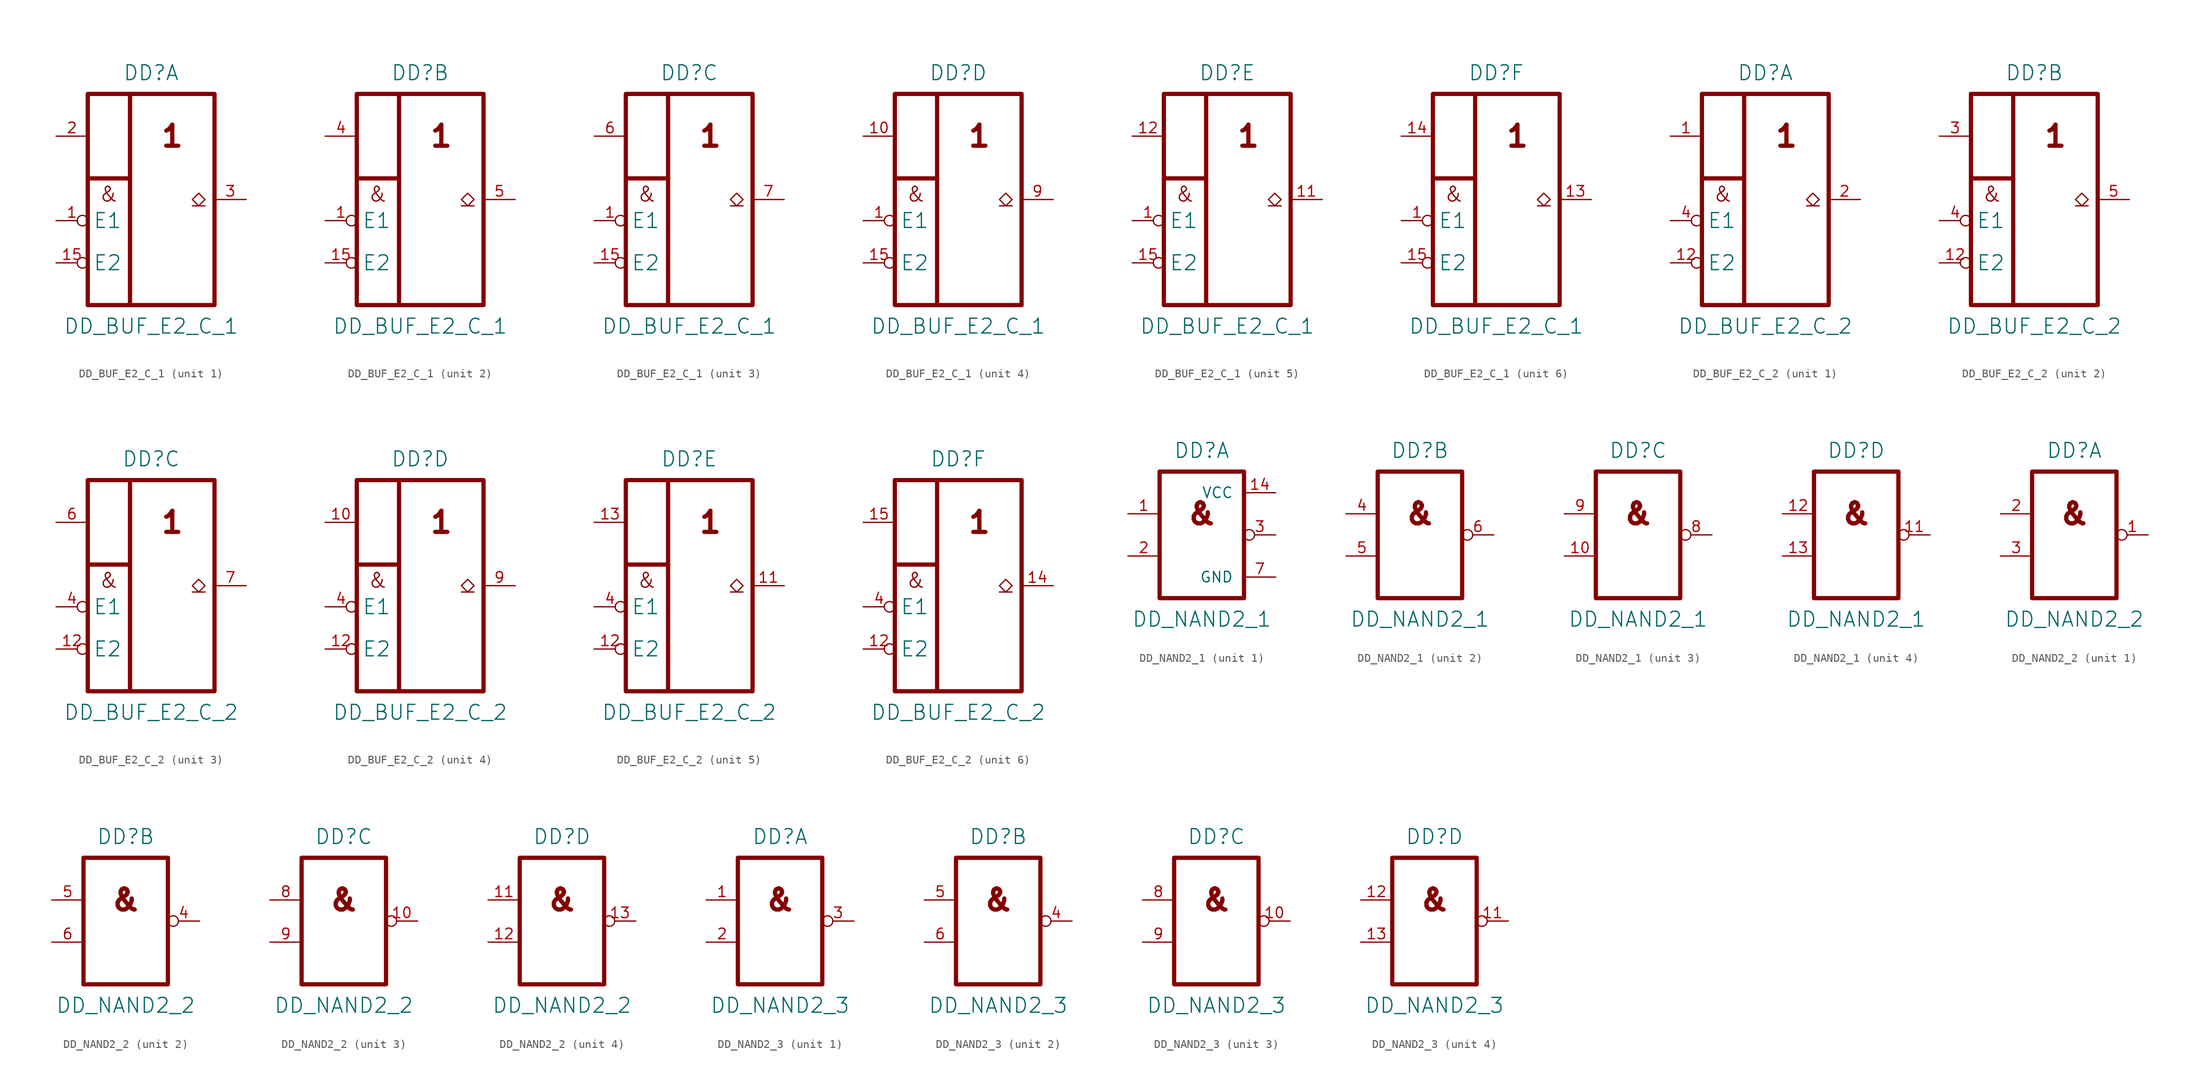
<source format=kicad_sym>
(kicad_symbol_lib
  (version 20211014)
  (generator kicad_symbol_editor)
  (symbol "DD_BUF_E2_C_1"
    (pin_names
      (offset 0.635))
    (property "Reference" "DD"
      (at 0 15.24 0)
      (effects (font (size 1.778 1.778))))
    (property "Value" "DD_BUF_E2_C_1"
      (at 0 -15.24 0)
      (effects (font (size 1.778 1.778))))
    (symbol "DD_BUF_E2_C_1_0_0"
      (text "&" (at -5.08 0.635 0) (effects (font (size 1.778 1.778))))
      (text "1" (at 2.54 7.62 0) (effects (font (size 2.54 2.54) bold))))
    (symbol "DD_BUF_E2_C_1_0_1"
      (rectangle (start -7.62 12.7) (end 7.62 -12.7) (stroke (width 0.508) (type default) (color 0 0 0 0)) (fill (type none)))
      (polyline (pts (xy -7.62 2.54) (xy -2.54 2.54)) (stroke (width 0.508) (type default) (color 0 0 0 0)) (fill (type none)))
      (polyline (pts (xy -2.54 12.7) (xy -2.54 -12.7)) (stroke (width 0.508) (type default) (color 0 0 0 0)) (fill (type none)))
      (polyline (pts (xy 4.953 -0.762) (xy 5.715 -0.762) (xy 4.953 0) (xy 5.715 0.762) (xy 6.477 0) (xy 5.715 -0.762) (xy 6.477 -0.762)) (stroke (width 0) (type default) (color 0 0 0 0)) (fill (type none)))
      (pin input inverted (at -11.43 -2.54 0) (length 3.81) (name "E1" (effects (font (size 1.778 1.778)))) (number "1" (effects (font (size 1.27 1.27)))))
      (pin input inverted (at -11.43 -7.62 0) (length 3.81) (name "E2" (effects (font (size 1.778 1.778)))) (number "15" (effects (font (size 1.27 1.27)))))
      (pin power_in non_logic (at 11.43 10.16 180) (length 3.81) hide (name "VCC" (effects (font (size 1.27 1.27)))) (number "16" (effects (font (size 1.27 1.27)))))
      (pin power_in non_logic (at 11.43 -10.16 180) (length 3.81) hide (name "GND" (effects (font (size 1.27 1.27)))) (number "8" (effects (font (size 1.27 1.27))))))
    (symbol "DD_BUF_E2_C_1_1_1"
      (pin input line (at -11.43 7.62 0) (length 3.81) (name "~" (effects (font (size 1.778 1.778)))) (number "2" (effects (font (size 1.27 1.27)))))
      (pin output line (at 11.43 0 180) (length 3.81) (name "~" (effects (font (size 1.778 1.778)))) (number "3" (effects (font (size 1.27 1.27))))))
    (symbol "DD_BUF_E2_C_1_2_1"
      (pin input line (at -11.43 7.62 0) (length 3.81) (name "~" (effects (font (size 1.778 1.778)))) (number "4" (effects (font (size 1.27 1.27)))))
      (pin output line (at 11.43 0 180) (length 3.81) (name "~" (effects (font (size 1.778 1.778)))) (number "5" (effects (font (size 1.27 1.27))))))
    (symbol "DD_BUF_E2_C_1_3_1"
      (pin input line (at -11.43 7.62 0) (length 3.81) (name "~" (effects (font (size 1.778 1.778)))) (number "6" (effects (font (size 1.27 1.27)))))
      (pin output line (at 11.43 0 180) (length 3.81) (name "~" (effects (font (size 1.778 1.778)))) (number "7" (effects (font (size 1.27 1.27))))))
    (symbol "DD_BUF_E2_C_1_4_1"
      (pin input line (at -11.43 7.62 0) (length 3.81) (name "~" (effects (font (size 1.778 1.778)))) (number "10" (effects (font (size 1.27 1.27)))))
      (pin output line (at 11.43 0 180) (length 3.81) (name "~" (effects (font (size 1.778 1.778)))) (number "9" (effects (font (size 1.27 1.27))))))
    (symbol "DD_BUF_E2_C_1_5_1"
      (pin output line (at 11.43 0 180) (length 3.81) (name "~" (effects (font (size 1.778 1.778)))) (number "11" (effects (font (size 1.27 1.27)))))
      (pin input line (at -11.43 7.62 0) (length 3.81) (name "~" (effects (font (size 1.778 1.778)))) (number "12" (effects (font (size 1.27 1.27))))))
    (symbol "DD_BUF_E2_C_1_6_1"
      (pin output line (at 11.43 0 180) (length 3.81) (name "~" (effects (font (size 1.778 1.778)))) (number "13" (effects (font (size 1.27 1.27)))))
      (pin input line (at -11.43 7.62 0) (length 3.81) (name "~" (effects (font (size 1.778 1.778)))) (number "14" (effects (font (size 1.27 1.27)))))))
  (symbol "DD_BUF_E2_C_2"
    (pin_names
      (offset 0.635))
    (property "Reference" "DD"
      (at 0 15.24 0)
      (effects (font (size 1.778 1.778))))
    (property "Value" "DD_BUF_E2_C_2"
      (at 0 -15.24 0)
      (effects (font (size 1.778 1.778))))
    (symbol "DD_BUF_E2_C_2_0_0"
      (text "&" (at -5.08 0.635 0) (effects (font (size 1.778 1.778))))
      (text "1" (at 2.54 7.62 0) (effects (font (size 2.54 2.54) bold))))
    (symbol "DD_BUF_E2_C_2_0_1"
      (rectangle (start -7.62 12.7) (end 7.62 -12.7) (stroke (width 0.508) (type default) (color 0 0 0 0)) (fill (type none)))
      (polyline (pts (xy -7.62 2.54) (xy -2.54 2.54)) (stroke (width 0.508) (type default) (color 0 0 0 0)) (fill (type none)))
      (polyline (pts (xy -2.54 12.7) (xy -2.54 -12.7)) (stroke (width 0.508) (type default) (color 0 0 0 0)) (fill (type none)))
      (polyline (pts (xy 4.953 -0.762) (xy 5.715 -0.762) (xy 4.953 0) (xy 5.715 0.762) (xy 6.477 0) (xy 5.715 -0.762) (xy 6.477 -0.762)) (stroke (width 0) (type default) (color 0 0 0 0)) (fill (type none)))
      (pin input inverted (at -11.43 -7.62 0) (length 3.81) (name "E2" (effects (font (size 1.778 1.778)))) (number "12" (effects (font (size 1.27 1.27)))))
      (pin power_in non_logic (at 11.43 10.16 180) (length 3.81) hide (name "VCC" (effects (font (size 1.27 1.27)))) (number "16" (effects (font (size 1.27 1.27)))))
      (pin input inverted (at -11.43 -2.54 0) (length 3.81) (name "E1" (effects (font (size 1.778 1.778)))) (number "4" (effects (font (size 1.27 1.27)))))
      (pin power_in non_logic (at 11.43 -10.16 180) (length 3.81) hide (name "GND" (effects (font (size 1.27 1.27)))) (number "8" (effects (font (size 1.27 1.27))))))
    (symbol "DD_BUF_E2_C_2_1_1"
      (pin input line (at -11.43 7.62 0) (length 3.81) (name "~" (effects (font (size 1.778 1.778)))) (number "1" (effects (font (size 1.27 1.27)))))
      (pin output line (at 11.43 0 180) (length 3.81) (name "~" (effects (font (size 1.778 1.778)))) (number "2" (effects (font (size 1.27 1.27))))))
    (symbol "DD_BUF_E2_C_2_2_1"
      (pin input line (at -11.43 7.62 0) (length 3.81) (name "~" (effects (font (size 1.778 1.778)))) (number "3" (effects (font (size 1.27 1.27)))))
      (pin output line (at 11.43 0 180) (length 3.81) (name "~" (effects (font (size 1.778 1.778)))) (number "5" (effects (font (size 1.27 1.27))))))
    (symbol "DD_BUF_E2_C_2_3_1"
      (pin input line (at -11.43 7.62 0) (length 3.81) (name "~" (effects (font (size 1.778 1.778)))) (number "6" (effects (font (size 1.27 1.27)))))
      (pin output line (at 11.43 0 180) (length 3.81) (name "~" (effects (font (size 1.778 1.778)))) (number "7" (effects (font (size 1.27 1.27))))))
    (symbol "DD_BUF_E2_C_2_4_1"
      (pin input line (at -11.43 7.62 0) (length 3.81) (name "~" (effects (font (size 1.778 1.778)))) (number "10" (effects (font (size 1.27 1.27)))))
      (pin output line (at 11.43 0 180) (length 3.81) (name "~" (effects (font (size 1.778 1.778)))) (number "9" (effects (font (size 1.27 1.27))))))
    (symbol "DD_BUF_E2_C_2_5_1"
      (pin output line (at 11.43 0 180) (length 3.81) (name "~" (effects (font (size 1.778 1.778)))) (number "11" (effects (font (size 1.27 1.27)))))
      (pin input line (at -11.43 7.62 0) (length 3.81) (name "~" (effects (font (size 1.778 1.778)))) (number "13" (effects (font (size 1.27 1.27))))))
    (symbol "DD_BUF_E2_C_2_6_1"
      (pin output line (at 11.43 0 180) (length 3.81) (name "~" (effects (font (size 1.778 1.778)))) (number "14" (effects (font (size 1.27 1.27)))))
      (pin input line (at -11.43 7.62 0) (length 3.81) (name "~" (effects (font (size 1.778 1.778)))) (number "15" (effects (font (size 1.27 1.27)))))))
  (symbol "DD_NAND2_1"
    (pin_names
      (offset 1.27))
    (property "Reference" "DD"
      (at 0 10.16 0)
      (effects (font (size 1.778 1.778))))
    (property "Value" "DD_NAND2_1"
      (at 0 -10.16 0)
      (effects (font (size 1.778 1.778))))
    (property "ki_locked" ""
      (at 0 0 0)
      (effects (font (size 1.27 1.27))))
    (symbol "DD_NAND2_1_0_0"
      (text "&" (at 0 2.54 0) (effects (font (size 2.54 2.54) bold))))
    (symbol "DD_NAND2_1_0_1"
      (rectangle (start -5.08 7.62) (end 5.08 -7.62) (stroke (width 0.508) (type default) (color 0 0 0 0)) (fill (type none))))
    (symbol "DD_NAND2_1_1_1"
      (pin input line (at -8.89 2.54 0) (length 3.81) (name "~" (effects (font (size 1.778 1.778)))) (number "1" (effects (font (size 1.27 1.27)))))
      (pin power_in line (at 8.89 5.08 180) (length 3.81) (name "VCC" (effects (font (size 1.27 1.27)))) (number "14" (effects (font (size 1.27 1.27)))))
      (pin input line (at -8.89 -2.54 0) (length 3.81) (name "~" (effects (font (size 1.778 1.778)))) (number "2" (effects (font (size 1.27 1.27)))))
      (pin output inverted (at 8.89 0 180) (length 3.81) (name "~" (effects (font (size 1.778 1.778)))) (number "3" (effects (font (size 1.27 1.27)))))
      (pin power_in line (at 8.89 -5.08 180) (length 3.81) (name "GND" (effects (font (size 1.27 1.27)))) (number "7" (effects (font (size 1.27 1.27))))))
    (symbol "DD_NAND2_1_2_1"
      (pin input line (at -8.89 2.54 0) (length 3.81) (name "~" (effects (font (size 1.778 1.778)))) (number "4" (effects (font (size 1.27 1.27)))))
      (pin input line (at -8.89 -2.54 0) (length 3.81) (name "~" (effects (font (size 1.778 1.778)))) (number "5" (effects (font (size 1.27 1.27)))))
      (pin output inverted (at 8.89 0 180) (length 3.81) (name "~" (effects (font (size 1.778 1.778)))) (number "6" (effects (font (size 1.27 1.27))))))
    (symbol "DD_NAND2_1_3_1"
      (pin input line (at -8.89 -2.54 0) (length 3.81) (name "~" (effects (font (size 1.778 1.778)))) (number "10" (effects (font (size 1.27 1.27)))))
      (pin output inverted (at 8.89 0 180) (length 3.81) (name "~" (effects (font (size 1.778 1.778)))) (number "8" (effects (font (size 1.27 1.27)))))
      (pin input line (at -8.89 2.54 0) (length 3.81) (name "~" (effects (font (size 1.778 1.778)))) (number "9" (effects (font (size 1.27 1.27))))))
    (symbol "DD_NAND2_1_4_1"
      (pin output inverted (at 8.89 0 180) (length 3.81) (name "~" (effects (font (size 1.778 1.778)))) (number "11" (effects (font (size 1.27 1.27)))))
      (pin input line (at -8.89 2.54 0) (length 3.81) (name "~" (effects (font (size 1.778 1.778)))) (number "12" (effects (font (size 1.27 1.27)))))
      (pin input line (at -8.89 -2.54 0) (length 3.81) (name "~" (effects (font (size 1.778 1.778)))) (number "13" (effects (font (size 1.27 1.27)))))))
  (symbol "DD_NAND2_2"
    (pin_names
      (offset 1.27))
    (property "Reference" "DD"
      (at 0 10.16 0)
      (effects (font (size 1.778 1.778))))
    (property "Value" "DD_NAND2_2"
      (at 0 -10.16 0)
      (effects (font (size 1.778 1.778))))
    (symbol "DD_NAND2_2_0_0"
      (text "&" (at 0 2.54 0) (effects (font (size 2.54 2.54) bold))))
    (symbol "DD_NAND2_2_0_1"
      (rectangle (start -5.08 7.62) (end 5.08 -7.62) (stroke (width 0.508) (type default) (color 0 0 0 0)) (fill (type none)))
      (pin power_in non_logic (at 8.89 5.08 180) (length 3.81) hide (name "VCC" (effects (font (size 1.27 1.27)))) (number "14" (effects (font (size 1.27 1.27)))))
      (pin power_in non_logic (at 8.89 -5.08 180) (length 3.81) hide (name "GND" (effects (font (size 1.27 1.27)))) (number "7" (effects (font (size 1.27 1.27))))))
    (symbol "DD_NAND2_2_1_1"
      (pin output inverted (at 8.89 0 180) (length 3.81) (name "~" (effects (font (size 1.778 1.778)))) (number "1" (effects (font (size 1.27 1.27)))))
      (pin input line (at -8.89 2.54 0) (length 3.81) (name "~" (effects (font (size 1.778 1.778)))) (number "2" (effects (font (size 1.27 1.27)))))
      (pin input line (at -8.89 -2.54 0) (length 3.81) (name "~" (effects (font (size 1.778 1.778)))) (number "3" (effects (font (size 1.27 1.27))))))
    (symbol "DD_NAND2_2_2_1"
      (pin output inverted (at 8.89 0 180) (length 3.81) (name "~" (effects (font (size 1.778 1.778)))) (number "4" (effects (font (size 1.27 1.27)))))
      (pin input line (at -8.89 2.54 0) (length 3.81) (name "~" (effects (font (size 1.778 1.778)))) (number "5" (effects (font (size 1.27 1.27)))))
      (pin input line (at -8.89 -2.54 0) (length 3.81) (name "~" (effects (font (size 1.778 1.778)))) (number "6" (effects (font (size 1.27 1.27))))))
    (symbol "DD_NAND2_2_3_1"
      (pin output inverted (at 8.89 0 180) (length 3.81) (name "~" (effects (font (size 1.778 1.778)))) (number "10" (effects (font (size 1.27 1.27)))))
      (pin input line (at -8.89 2.54 0) (length 3.81) (name "~" (effects (font (size 1.778 1.778)))) (number "8" (effects (font (size 1.27 1.27)))))
      (pin input line (at -8.89 -2.54 0) (length 3.81) (name "~" (effects (font (size 1.778 1.778)))) (number "9" (effects (font (size 1.27 1.27))))))
    (symbol "DD_NAND2_2_4_1"
      (pin input line (at -8.89 2.54 0) (length 3.81) (name "~" (effects (font (size 1.778 1.778)))) (number "11" (effects (font (size 1.27 1.27)))))
      (pin input line (at -8.89 -2.54 0) (length 3.81) (name "~" (effects (font (size 1.778 1.778)))) (number "12" (effects (font (size 1.27 1.27)))))
      (pin output inverted (at 8.89 0 180) (length 3.81) (name "~" (effects (font (size 1.778 1.778)))) (number "13" (effects (font (size 1.27 1.27)))))))
  (symbol "DD_NAND2_3"
    (pin_names
      (offset 1.27))
    (property "Reference" "DD"
      (at 0 10.16 0)
      (effects (font (size 1.778 1.778))))
    (property "Value" "DD_NAND2_3"
      (at 0 -10.16 0)
      (effects (font (size 1.778 1.778))))
    (symbol "DD_NAND2_3_0_0"
      (text "&" (at 0 2.54 0) (effects (font (size 2.54 2.54) bold))))
    (symbol "DD_NAND2_3_0_1"
      (rectangle (start -5.08 7.62) (end 5.08 -7.62) (stroke (width 0.508) (type default) (color 0 0 0 0)) (fill (type none)))
      (pin power_in non_logic (at 8.89 5.08 180) (length 3.81) hide (name "VCC" (effects (font (size 1.27 1.27)))) (number "14" (effects (font (size 1.27 1.27)))))
      (pin power_in non_logic (at 8.89 -5.08 180) (length 3.81) hide (name "GND" (effects (font (size 1.27 1.27)))) (number "7" (effects (font (size 1.27 1.27))))))
    (symbol "DD_NAND2_3_1_1"
      (pin input line (at -8.89 2.54 0) (length 3.81) (name "~" (effects (font (size 1.778 1.778)))) (number "1" (effects (font (size 1.27 1.27)))))
      (pin input line (at -8.89 -2.54 0) (length 3.81) (name "~" (effects (font (size 1.778 1.778)))) (number "2" (effects (font (size 1.27 1.27)))))
      (pin output inverted (at 8.89 0 180) (length 3.81) (name "~" (effects (font (size 1.778 1.778)))) (number "3" (effects (font (size 1.27 1.27))))))
    (symbol "DD_NAND2_3_2_1"
      (pin output inverted (at 8.89 0 180) (length 3.81) (name "~" (effects (font (size 1.778 1.778)))) (number "4" (effects (font (size 1.27 1.27)))))
      (pin input line (at -8.89 2.54 0) (length 3.81) (name "~" (effects (font (size 1.778 1.778)))) (number "5" (effects (font (size 1.27 1.27)))))
      (pin input line (at -8.89 -2.54 0) (length 3.81) (name "~" (effects (font (size 1.778 1.778)))) (number "6" (effects (font (size 1.27 1.27))))))
    (symbol "DD_NAND2_3_3_1"
      (pin output inverted (at 8.89 0 180) (length 3.81) (name "~" (effects (font (size 1.778 1.778)))) (number "10" (effects (font (size 1.27 1.27)))))
      (pin input line (at -8.89 2.54 0) (length 3.81) (name "~" (effects (font (size 1.778 1.778)))) (number "8" (effects (font (size 1.27 1.27)))))
      (pin input line (at -8.89 -2.54 0) (length 3.81) (name "~" (effects (font (size 1.778 1.778)))) (number "9" (effects (font (size 1.27 1.27))))))
    (symbol "DD_NAND2_3_4_1"
      (pin output inverted (at 8.89 0 180) (length 3.81) (name "~" (effects (font (size 1.778 1.778)))) (number "11" (effects (font (size 1.27 1.27)))))
      (pin input line (at -8.89 2.54 0) (length 3.81) (name "~" (effects (font (size 1.778 1.778)))) (number "12" (effects (font (size 1.27 1.27)))))
      (pin input line (at -8.89 -2.54 0) (length 3.81) (name "~" (effects (font (size 1.778 1.778)))) (number "13" (effects (font (size 1.27 1.27))))))))
</source>
